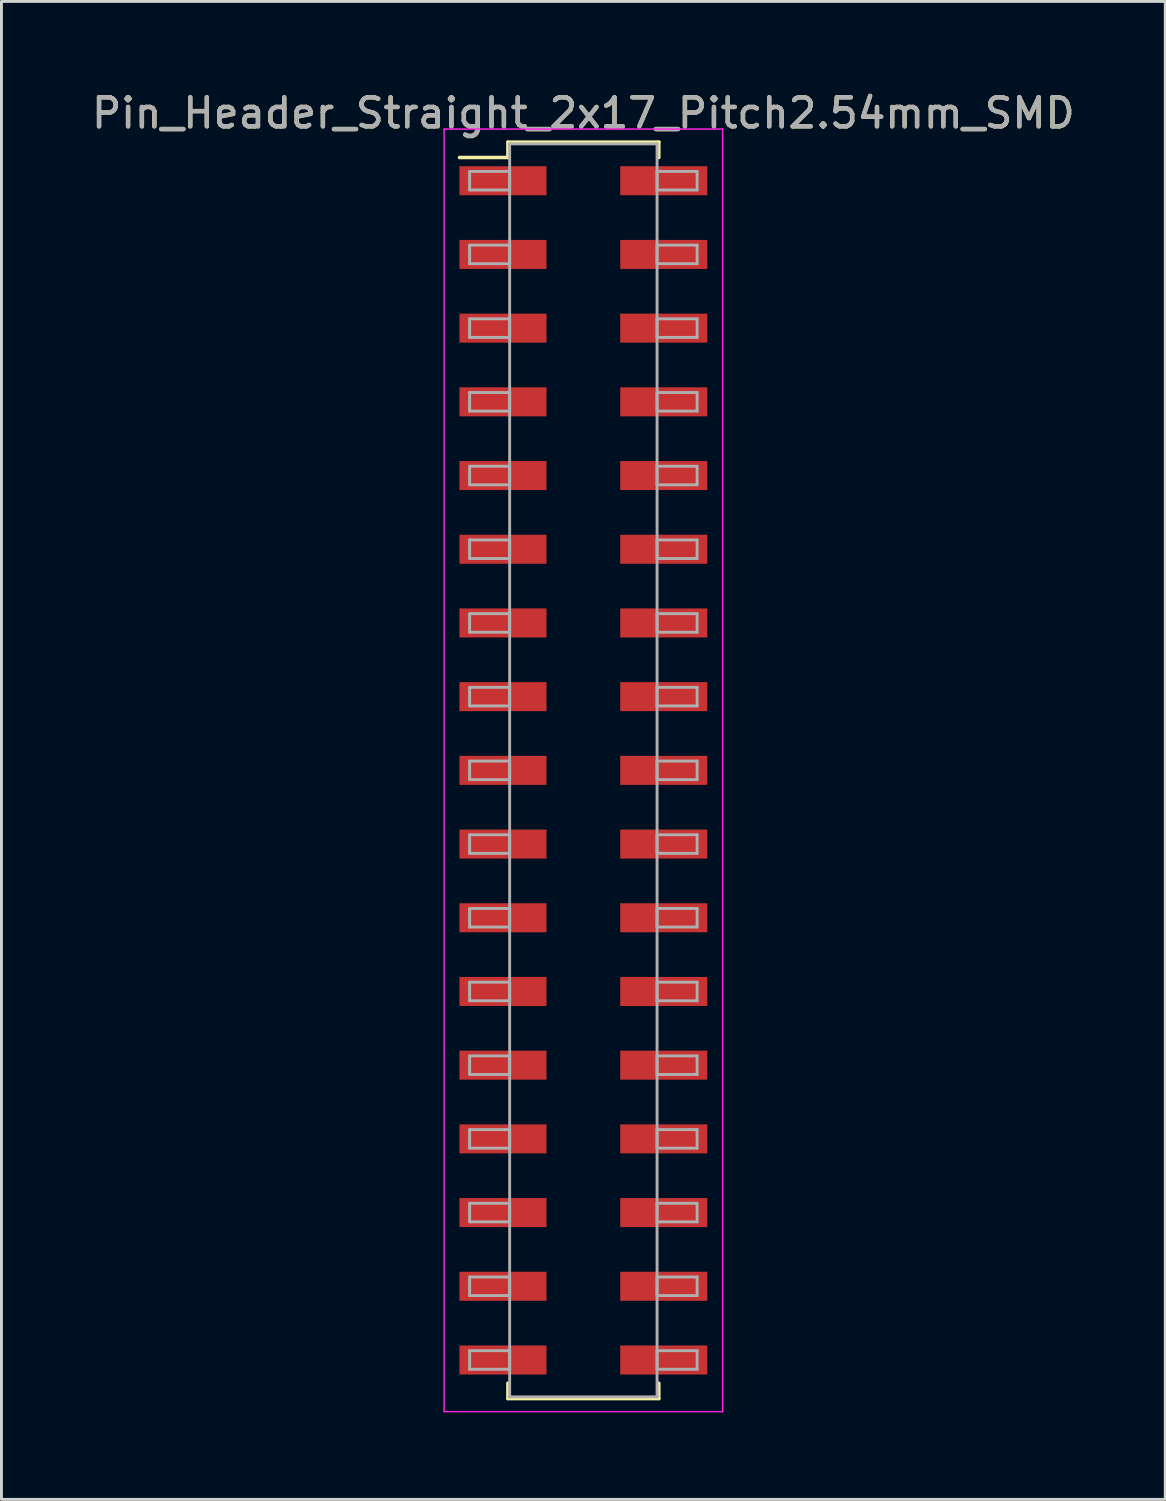
<source format=kicad_pcb>
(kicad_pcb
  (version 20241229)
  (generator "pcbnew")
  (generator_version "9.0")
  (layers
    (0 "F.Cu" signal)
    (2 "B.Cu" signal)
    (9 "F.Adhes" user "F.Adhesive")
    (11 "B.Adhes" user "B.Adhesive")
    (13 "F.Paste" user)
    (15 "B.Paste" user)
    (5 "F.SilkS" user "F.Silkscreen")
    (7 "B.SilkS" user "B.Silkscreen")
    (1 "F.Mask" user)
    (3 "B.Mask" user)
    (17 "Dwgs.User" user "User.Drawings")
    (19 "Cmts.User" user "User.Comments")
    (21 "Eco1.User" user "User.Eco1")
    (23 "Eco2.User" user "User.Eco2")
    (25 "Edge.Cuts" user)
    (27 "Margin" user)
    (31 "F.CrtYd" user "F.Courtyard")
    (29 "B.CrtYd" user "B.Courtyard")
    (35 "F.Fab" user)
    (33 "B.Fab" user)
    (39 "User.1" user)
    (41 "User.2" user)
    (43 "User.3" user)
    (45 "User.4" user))
  (footprint "Pin_Header_Straight_2x17_Pitch2.54mm_SMD"
    (layer "F.Cu")
    (at 17.054 23.498)
    (property "Reference" "Pin_Header_Straight_2x17_Pitch2.54mm_SMD" (at 0 -22.65 0) (layer "F.SilkS") (effects (font (size 1 1) (thickness 0.15))))
    (attr smd)
    (fp_line (start -4.27 -21.12) (end -2.6 -21.12) (stroke (width 0.12) (type solid)) (layer "F.SilkS"))
    (fp_line (start -2.6 -21.65) (end 2.6 -21.65) (stroke (width 0.12) (type solid)) (layer "F.SilkS"))
    (fp_line (start -2.6 -21.12) (end -2.6 -21.65) (stroke (width 0.12) (type solid)) (layer "F.SilkS"))
    (fp_line (start -2.6 21.12) (end -2.6 21.65) (stroke (width 0.12) (type solid)) (layer "F.SilkS"))
    (fp_line (start -2.6 21.65) (end 2.6 21.65) (stroke (width 0.12) (type solid)) (layer "F.SilkS"))
    (fp_line (start 2.6 -21.65) (end 2.6 -21.12) (stroke (width 0.12) (type solid)) (layer "F.SilkS"))
    (fp_line (start 2.6 21.65) (end 2.6 21.12) (stroke (width 0.12) (type solid)) (layer "F.SilkS"))
    (fp_line (start -4.8 -22.1) (end -4.8 22.1) (stroke (width 0.05) (type solid)) (layer "F.CrtYd"))
    (fp_line (start -4.8 22.1) (end 4.8 22.1) (stroke (width 0.05) (type solid)) (layer "F.CrtYd"))
    (fp_line (start 4.8 -22.1) (end -4.8 -22.1) (stroke (width 0.05) (type solid)) (layer "F.CrtYd"))
    (fp_line (start 4.8 22.1) (end 4.8 -22.1) (stroke (width 0.05) (type solid)) (layer "F.CrtYd"))
    (fp_line (start -3.92 -20.64) (end -2.54 -20.64) (stroke (width 0.1) (type solid)) (layer "F.Fab"))
    (fp_line (start -3.92 -20) (end -3.92 -20.64) (stroke (width 0.1) (type solid)) (layer "F.Fab"))
    (fp_line (start -3.92 -18.1) (end -2.54 -18.1) (stroke (width 0.1) (type solid)) (layer "F.Fab"))
    (fp_line (start -3.92 -17.46) (end -3.92 -18.1) (stroke (width 0.1) (type solid)) (layer "F.Fab"))
    (fp_line (start -3.92 -15.56) (end -2.54 -15.56) (stroke (width 0.1) (type solid)) (layer "F.Fab"))
    (fp_line (start -3.92 -14.92) (end -3.92 -15.56) (stroke (width 0.1) (type solid)) (layer "F.Fab"))
    (fp_line (start -3.92 -13.02) (end -2.54 -13.02) (stroke (width 0.1) (type solid)) (layer "F.Fab"))
    (fp_line (start -3.92 -12.38) (end -3.92 -13.02) (stroke (width 0.1) (type solid)) (layer "F.Fab"))
    (fp_line (start -3.92 -10.48) (end -2.54 -10.48) (stroke (width 0.1) (type solid)) (layer "F.Fab"))
    (fp_line (start -3.92 -9.84) (end -3.92 -10.48) (stroke (width 0.1) (type solid)) (layer "F.Fab"))
    (fp_line (start -3.92 -7.94) (end -2.54 -7.94) (stroke (width 0.1) (type solid)) (layer "F.Fab"))
    (fp_line (start -3.92 -7.3) (end -3.92 -7.94) (stroke (width 0.1) (type solid)) (layer "F.Fab"))
    (fp_line (start -3.92 -5.4) (end -2.54 -5.4) (stroke (width 0.1) (type solid)) (layer "F.Fab"))
    (fp_line (start -3.92 -4.76) (end -3.92 -5.4) (stroke (width 0.1) (type solid)) (layer "F.Fab"))
    (fp_line (start -3.92 -2.86) (end -2.54 -2.86) (stroke (width 0.1) (type solid)) (layer "F.Fab"))
    (fp_line (start -3.92 -2.22) (end -3.92 -2.86) (stroke (width 0.1) (type solid)) (layer "F.Fab"))
    (fp_line (start -3.92 -0.32) (end -2.54 -0.32) (stroke (width 0.1) (type solid)) (layer "F.Fab"))
    (fp_line (start -3.92 0.32) (end -3.92 -0.32) (stroke (width 0.1) (type solid)) (layer "F.Fab"))
    (fp_line (start -3.92 2.22) (end -2.54 2.22) (stroke (width 0.1) (type solid)) (layer "F.Fab"))
    (fp_line (start -3.92 2.86) (end -3.92 2.22) (stroke (width 0.1) (type solid)) (layer "F.Fab"))
    (fp_line (start -3.92 4.76) (end -2.54 4.76) (stroke (width 0.1) (type solid)) (layer "F.Fab"))
    (fp_line (start -3.92 5.4) (end -3.92 4.76) (stroke (width 0.1) (type solid)) (layer "F.Fab"))
    (fp_line (start -3.92 7.3) (end -2.54 7.3) (stroke (width 0.1) (type solid)) (layer "F.Fab"))
    (fp_line (start -3.92 7.94) (end -3.92 7.3) (stroke (width 0.1) (type solid)) (layer "F.Fab"))
    (fp_line (start -3.92 9.84) (end -2.54 9.84) (stroke (width 0.1) (type solid)) (layer "F.Fab"))
    (fp_line (start -3.92 10.48) (end -3.92 9.84) (stroke (width 0.1) (type solid)) (layer "F.Fab"))
    (fp_line (start -3.92 12.38) (end -2.54 12.38) (stroke (width 0.1) (type solid)) (layer "F.Fab"))
    (fp_line (start -3.92 13.02) (end -3.92 12.38) (stroke (width 0.1) (type solid)) (layer "F.Fab"))
    (fp_line (start -3.92 14.92) (end -2.54 14.92) (stroke (width 0.1) (type solid)) (layer "F.Fab"))
    (fp_line (start -3.92 15.56) (end -3.92 14.92) (stroke (width 0.1) (type solid)) (layer "F.Fab"))
    (fp_line (start -3.92 17.46) (end -2.54 17.46) (stroke (width 0.1) (type solid)) (layer "F.Fab"))
    (fp_line (start -3.92 18.1) (end -3.92 17.46) (stroke (width 0.1) (type solid)) (layer "F.Fab"))
    (fp_line (start -3.92 20) (end -2.54 20) (stroke (width 0.1) (type solid)) (layer "F.Fab"))
    (fp_line (start -3.92 20.64) (end -3.92 20) (stroke (width 0.1) (type solid)) (layer "F.Fab"))
    (fp_line (start -2.54 -21.59) (end -2.54 21.59) (stroke (width 0.1) (type solid)) (layer "F.Fab"))
    (fp_line (start -2.54 -20.64) (end -2.54 -20) (stroke (width 0.1) (type solid)) (layer "F.Fab"))
    (fp_line (start -2.54 -20) (end -3.92 -20) (stroke (width 0.1) (type solid)) (layer "F.Fab"))
    (fp_line (start -2.54 -18.1) (end -2.54 -17.46) (stroke (width 0.1) (type solid)) (layer "F.Fab"))
    (fp_line (start -2.54 -17.46) (end -3.92 -17.46) (stroke (width 0.1) (type solid)) (layer "F.Fab"))
    (fp_line (start -2.54 -15.56) (end -2.54 -14.92) (stroke (width 0.1) (type solid)) (layer "F.Fab"))
    (fp_line (start -2.54 -14.92) (end -3.92 -14.92) (stroke (width 0.1) (type solid)) (layer "F.Fab"))
    (fp_line (start -2.54 -13.02) (end -2.54 -12.38) (stroke (width 0.1) (type solid)) (layer "F.Fab"))
    (fp_line (start -2.54 -12.38) (end -3.92 -12.38) (stroke (width 0.1) (type solid)) (layer "F.Fab"))
    (fp_line (start -2.54 -10.48) (end -2.54 -9.84) (stroke (width 0.1) (type solid)) (layer "F.Fab"))
    (fp_line (start -2.54 -9.84) (end -3.92 -9.84) (stroke (width 0.1) (type solid)) (layer "F.Fab"))
    (fp_line (start -2.54 -7.94) (end -2.54 -7.3) (stroke (width 0.1) (type solid)) (layer "F.Fab"))
    (fp_line (start -2.54 -7.3) (end -3.92 -7.3) (stroke (width 0.1) (type solid)) (layer "F.Fab"))
    (fp_line (start -2.54 -5.4) (end -2.54 -4.76) (stroke (width 0.1) (type solid)) (layer "F.Fab"))
    (fp_line (start -2.54 -4.76) (end -3.92 -4.76) (stroke (width 0.1) (type solid)) (layer "F.Fab"))
    (fp_line (start -2.54 -2.86) (end -2.54 -2.22) (stroke (width 0.1) (type solid)) (layer "F.Fab"))
    (fp_line (start -2.54 -2.22) (end -3.92 -2.22) (stroke (width 0.1) (type solid)) (layer "F.Fab"))
    (fp_line (start -2.54 -0.32) (end -2.54 0.32) (stroke (width 0.1) (type solid)) (layer "F.Fab"))
    (fp_line (start -2.54 0.32) (end -3.92 0.32) (stroke (width 0.1) (type solid)) (layer "F.Fab"))
    (fp_line (start -2.54 2.22) (end -2.54 2.86) (stroke (width 0.1) (type solid)) (layer "F.Fab"))
    (fp_line (start -2.54 2.86) (end -3.92 2.86) (stroke (width 0.1) (type solid)) (layer "F.Fab"))
    (fp_line (start -2.54 4.76) (end -2.54 5.4) (stroke (width 0.1) (type solid)) (layer "F.Fab"))
    (fp_line (start -2.54 5.4) (end -3.92 5.4) (stroke (width 0.1) (type solid)) (layer "F.Fab"))
    (fp_line (start -2.54 7.3) (end -2.54 7.94) (stroke (width 0.1) (type solid)) (layer "F.Fab"))
    (fp_line (start -2.54 7.94) (end -3.92 7.94) (stroke (width 0.1) (type solid)) (layer "F.Fab"))
    (fp_line (start -2.54 9.84) (end -2.54 10.48) (stroke (width 0.1) (type solid)) (layer "F.Fab"))
    (fp_line (start -2.54 10.48) (end -3.92 10.48) (stroke (width 0.1) (type solid)) (layer "F.Fab"))
    (fp_line (start -2.54 12.38) (end -2.54 13.02) (stroke (width 0.1) (type solid)) (layer "F.Fab"))
    (fp_line (start -2.54 13.02) (end -3.92 13.02) (stroke (width 0.1) (type solid)) (layer "F.Fab"))
    (fp_line (start -2.54 14.92) (end -2.54 15.56) (stroke (width 0.1) (type solid)) (layer "F.Fab"))
    (fp_line (start -2.54 15.56) (end -3.92 15.56) (stroke (width 0.1) (type solid)) (layer "F.Fab"))
    (fp_line (start -2.54 17.46) (end -2.54 18.1) (stroke (width 0.1) (type solid)) (layer "F.Fab"))
    (fp_line (start -2.54 18.1) (end -3.92 18.1) (stroke (width 0.1) (type solid)) (layer "F.Fab"))
    (fp_line (start -2.54 20) (end -2.54 20.64) (stroke (width 0.1) (type solid)) (layer "F.Fab"))
    (fp_line (start -2.54 20.64) (end -3.92 20.64) (stroke (width 0.1) (type solid)) (layer "F.Fab"))
    (fp_line (start -2.54 21.59) (end 2.54 21.59) (stroke (width 0.1) (type solid)) (layer "F.Fab"))
    (fp_line (start 2.54 -21.59) (end -2.54 -21.59) (stroke (width 0.1) (type solid)) (layer "F.Fab"))
    (fp_line (start 2.54 -20.64) (end 2.54 -20) (stroke (width 0.1) (type solid)) (layer "F.Fab"))
    (fp_line (start 2.54 -20) (end 3.92 -20) (stroke (width 0.1) (type solid)) (layer "F.Fab"))
    (fp_line (start 2.54 -18.1) (end 2.54 -17.46) (stroke (width 0.1) (type solid)) (layer "F.Fab"))
    (fp_line (start 2.54 -17.46) (end 3.92 -17.46) (stroke (width 0.1) (type solid)) (layer "F.Fab"))
    (fp_line (start 2.54 -15.56) (end 2.54 -14.92) (stroke (width 0.1) (type solid)) (layer "F.Fab"))
    (fp_line (start 2.54 -14.92) (end 3.92 -14.92) (stroke (width 0.1) (type solid)) (layer "F.Fab"))
    (fp_line (start 2.54 -13.02) (end 2.54 -12.38) (stroke (width 0.1) (type solid)) (layer "F.Fab"))
    (fp_line (start 2.54 -12.38) (end 3.92 -12.38) (stroke (width 0.1) (type solid)) (layer "F.Fab"))
    (fp_line (start 2.54 -10.48) (end 2.54 -9.84) (stroke (width 0.1) (type solid)) (layer "F.Fab"))
    (fp_line (start 2.54 -9.84) (end 3.92 -9.84) (stroke (width 0.1) (type solid)) (layer "F.Fab"))
    (fp_line (start 2.54 -7.94) (end 2.54 -7.3) (stroke (width 0.1) (type solid)) (layer "F.Fab"))
    (fp_line (start 2.54 -7.3) (end 3.92 -7.3) (stroke (width 0.1) (type solid)) (layer "F.Fab"))
    (fp_line (start 2.54 -5.4) (end 2.54 -4.76) (stroke (width 0.1) (type solid)) (layer "F.Fab"))
    (fp_line (start 2.54 -4.76) (end 3.92 -4.76) (stroke (width 0.1) (type solid)) (layer "F.Fab"))
    (fp_line (start 2.54 -2.86) (end 2.54 -2.22) (stroke (width 0.1) (type solid)) (layer "F.Fab"))
    (fp_line (start 2.54 -2.22) (end 3.92 -2.22) (stroke (width 0.1) (type solid)) (layer "F.Fab"))
    (fp_line (start 2.54 -0.32) (end 2.54 0.32) (stroke (width 0.1) (type solid)) (layer "F.Fab"))
    (fp_line (start 2.54 0.32) (end 3.92 0.32) (stroke (width 0.1) (type solid)) (layer "F.Fab"))
    (fp_line (start 2.54 2.22) (end 2.54 2.86) (stroke (width 0.1) (type solid)) (layer "F.Fab"))
    (fp_line (start 2.54 2.86) (end 3.92 2.86) (stroke (width 0.1) (type solid)) (layer "F.Fab"))
    (fp_line (start 2.54 4.76) (end 2.54 5.4) (stroke (width 0.1) (type solid)) (layer "F.Fab"))
    (fp_line (start 2.54 5.4) (end 3.92 5.4) (stroke (width 0.1) (type solid)) (layer "F.Fab"))
    (fp_line (start 2.54 7.3) (end 2.54 7.94) (stroke (width 0.1) (type solid)) (layer "F.Fab"))
    (fp_line (start 2.54 7.94) (end 3.92 7.94) (stroke (width 0.1) (type solid)) (layer "F.Fab"))
    (fp_line (start 2.54 9.84) (end 2.54 10.48) (stroke (width 0.1) (type solid)) (layer "F.Fab"))
    (fp_line (start 2.54 10.48) (end 3.92 10.48) (stroke (width 0.1) (type solid)) (layer "F.Fab"))
    (fp_line (start 2.54 12.38) (end 2.54 13.02) (stroke (width 0.1) (type solid)) (layer "F.Fab"))
    (fp_line (start 2.54 13.02) (end 3.92 13.02) (stroke (width 0.1) (type solid)) (layer "F.Fab"))
    (fp_line (start 2.54 14.92) (end 2.54 15.56) (stroke (width 0.1) (type solid)) (layer "F.Fab"))
    (fp_line (start 2.54 15.56) (end 3.92 15.56) (stroke (width 0.1) (type solid)) (layer "F.Fab"))
    (fp_line (start 2.54 17.46) (end 2.54 18.1) (stroke (width 0.1) (type solid)) (layer "F.Fab"))
    (fp_line (start 2.54 18.1) (end 3.92 18.1) (stroke (width 0.1) (type solid)) (layer "F.Fab"))
    (fp_line (start 2.54 20) (end 2.54 20.64) (stroke (width 0.1) (type solid)) (layer "F.Fab"))
    (fp_line (start 2.54 20.64) (end 3.92 20.64) (stroke (width 0.1) (type solid)) (layer "F.Fab"))
    (fp_line (start 2.54 21.59) (end 2.54 -21.59) (stroke (width 0.1) (type solid)) (layer "F.Fab"))
    (fp_line (start 3.92 -20.64) (end 2.54 -20.64) (stroke (width 0.1) (type solid)) (layer "F.Fab"))
    (fp_line (start 3.92 -20) (end 3.92 -20.64) (stroke (width 0.1) (type solid)) (layer "F.Fab"))
    (fp_line (start 3.92 -18.1) (end 2.54 -18.1) (stroke (width 0.1) (type solid)) (layer "F.Fab"))
    (fp_line (start 3.92 -17.46) (end 3.92 -18.1) (stroke (width 0.1) (type solid)) (layer "F.Fab"))
    (fp_line (start 3.92 -15.56) (end 2.54 -15.56) (stroke (width 0.1) (type solid)) (layer "F.Fab"))
    (fp_line (start 3.92 -14.92) (end 3.92 -15.56) (stroke (width 0.1) (type solid)) (layer "F.Fab"))
    (fp_line (start 3.92 -13.02) (end 2.54 -13.02) (stroke (width 0.1) (type solid)) (layer "F.Fab"))
    (fp_line (start 3.92 -12.38) (end 3.92 -13.02) (stroke (width 0.1) (type solid)) (layer "F.Fab"))
    (fp_line (start 3.92 -10.48) (end 2.54 -10.48) (stroke (width 0.1) (type solid)) (layer "F.Fab"))
    (fp_line (start 3.92 -9.84) (end 3.92 -10.48) (stroke (width 0.1) (type solid)) (layer "F.Fab"))
    (fp_line (start 3.92 -7.94) (end 2.54 -7.94) (stroke (width 0.1) (type solid)) (layer "F.Fab"))
    (fp_line (start 3.92 -7.3) (end 3.92 -7.94) (stroke (width 0.1) (type solid)) (layer "F.Fab"))
    (fp_line (start 3.92 -5.4) (end 2.54 -5.4) (stroke (width 0.1) (type solid)) (layer "F.Fab"))
    (fp_line (start 3.92 -4.76) (end 3.92 -5.4) (stroke (width 0.1) (type solid)) (layer "F.Fab"))
    (fp_line (start 3.92 -2.86) (end 2.54 -2.86) (stroke (width 0.1) (type solid)) (layer "F.Fab"))
    (fp_line (start 3.92 -2.22) (end 3.92 -2.86) (stroke (width 0.1) (type solid)) (layer "F.Fab"))
    (fp_line (start 3.92 -0.32) (end 2.54 -0.32) (stroke (width 0.1) (type solid)) (layer "F.Fab"))
    (fp_line (start 3.92 0.32) (end 3.92 -0.32) (stroke (width 0.1) (type solid)) (layer "F.Fab"))
    (fp_line (start 3.92 2.22) (end 2.54 2.22) (stroke (width 0.1) (type solid)) (layer "F.Fab"))
    (fp_line (start 3.92 2.86) (end 3.92 2.22) (stroke (width 0.1) (type solid)) (layer "F.Fab"))
    (fp_line (start 3.92 4.76) (end 2.54 4.76) (stroke (width 0.1) (type solid)) (layer "F.Fab"))
    (fp_line (start 3.92 5.4) (end 3.92 4.76) (stroke (width 0.1) (type solid)) (layer "F.Fab"))
    (fp_line (start 3.92 7.3) (end 2.54 7.3) (stroke (width 0.1) (type solid)) (layer "F.Fab"))
    (fp_line (start 3.92 7.94) (end 3.92 7.3) (stroke (width 0.1) (type solid)) (layer "F.Fab"))
    (fp_line (start 3.92 9.84) (end 2.54 9.84) (stroke (width 0.1) (type solid)) (layer "F.Fab"))
    (fp_line (start 3.92 10.48) (end 3.92 9.84) (stroke (width 0.1) (type solid)) (layer "F.Fab"))
    (fp_line (start 3.92 12.38) (end 2.54 12.38) (stroke (width 0.1) (type solid)) (layer "F.Fab"))
    (fp_line (start 3.92 13.02) (end 3.92 12.38) (stroke (width 0.1) (type solid)) (layer "F.Fab"))
    (fp_line (start 3.92 14.92) (end 2.54 14.92) (stroke (width 0.1) (type solid)) (layer "F.Fab"))
    (fp_line (start 3.92 15.56) (end 3.92 14.92) (stroke (width 0.1) (type solid)) (layer "F.Fab"))
    (fp_line (start 3.92 17.46) (end 2.54 17.46) (stroke (width 0.1) (type solid)) (layer "F.Fab"))
    (fp_line (start 3.92 18.1) (end 3.92 17.46) (stroke (width 0.1) (type solid)) (layer "F.Fab"))
    (fp_line (start 3.92 20) (end 2.54 20) (stroke (width 0.1) (type solid)) (layer "F.Fab"))
    (fp_line (start 3.92 20.64) (end 3.92 20) (stroke (width 0.1) (type solid)) (layer "F.Fab"))
    (fp_text user "${REFERENCE}" (at 0 -22.65 0) (layer "F.Fab") (effects (font (size 1 1) (thickness 0.15))))
    (pad "1" smd rect (at -2.77 -20.32) (size 3 1) (layers "F.Cu" "F.Mask" "F.Paste"))
    (pad "2" smd rect (at 2.77 -20.32) (size 3 1) (layers "F.Cu" "F.Mask" "F.Paste"))
    (pad "3" smd rect (at -2.77 -17.78) (size 3 1) (layers "F.Cu" "F.Mask" "F.Paste"))
    (pad "4" smd rect (at 2.77 -17.78) (size 3 1) (layers "F.Cu" "F.Mask" "F.Paste"))
    (pad "5" smd rect (at -2.77 -15.24) (size 3 1) (layers "F.Cu" "F.Mask" "F.Paste"))
    (pad "6" smd rect (at 2.77 -15.24) (size 3 1) (layers "F.Cu" "F.Mask" "F.Paste"))
    (pad "7" smd rect (at -2.77 -12.7) (size 3 1) (layers "F.Cu" "F.Mask" "F.Paste"))
    (pad "8" smd rect (at 2.77 -12.7) (size 3 1) (layers "F.Cu" "F.Mask" "F.Paste"))
    (pad "9" smd rect (at -2.77 -10.16) (size 3 1) (layers "F.Cu" "F.Mask" "F.Paste"))
    (pad "10" smd rect (at 2.77 -10.16) (size 3 1) (layers "F.Cu" "F.Mask" "F.Paste"))
    (pad "11" smd rect (at -2.77 -7.62) (size 3 1) (layers "F.Cu" "F.Mask" "F.Paste"))
    (pad "12" smd rect (at 2.77 -7.62) (size 3 1) (layers "F.Cu" "F.Mask" "F.Paste"))
    (pad "13" smd rect (at -2.77 -5.08) (size 3 1) (layers "F.Cu" "F.Mask" "F.Paste"))
    (pad "14" smd rect (at 2.77 -5.08) (size 3 1) (layers "F.Cu" "F.Mask" "F.Paste"))
    (pad "15" smd rect (at -2.77 -2.54) (size 3 1) (layers "F.Cu" "F.Mask" "F.Paste"))
    (pad "16" smd rect (at 2.77 -2.54) (size 3 1) (layers "F.Cu" "F.Mask" "F.Paste"))
    (pad "17" smd rect (at -2.77 0) (size 3 1) (layers "F.Cu" "F.Mask" "F.Paste"))
    (pad "18" smd rect (at 2.77 0) (size 3 1) (layers "F.Cu" "F.Mask" "F.Paste"))
    (pad "19" smd rect (at -2.77 2.54) (size 3 1) (layers "F.Cu" "F.Mask" "F.Paste"))
    (pad "20" smd rect (at 2.77 2.54) (size 3 1) (layers "F.Cu" "F.Mask" "F.Paste"))
    (pad "21" smd rect (at -2.77 5.08) (size 3 1) (layers "F.Cu" "F.Mask" "F.Paste"))
    (pad "22" smd rect (at 2.77 5.08) (size 3 1) (layers "F.Cu" "F.Mask" "F.Paste"))
    (pad "23" smd rect (at -2.77 7.62) (size 3 1) (layers "F.Cu" "F.Mask" "F.Paste"))
    (pad "24" smd rect (at 2.77 7.62) (size 3 1) (layers "F.Cu" "F.Mask" "F.Paste"))
    (pad "25" smd rect (at -2.77 10.16) (size 3 1) (layers "F.Cu" "F.Mask" "F.Paste"))
    (pad "26" smd rect (at 2.77 10.16) (size 3 1) (layers "F.Cu" "F.Mask" "F.Paste"))
    (pad "27" smd rect (at -2.77 12.7) (size 3 1) (layers "F.Cu" "F.Mask" "F.Paste"))
    (pad "28" smd rect (at 2.77 12.7) (size 3 1) (layers "F.Cu" "F.Mask" "F.Paste"))
    (pad "29" smd rect (at -2.77 15.24) (size 3 1) (layers "F.Cu" "F.Mask" "F.Paste"))
    (pad "30" smd rect (at 2.77 15.24) (size 3 1) (layers "F.Cu" "F.Mask" "F.Paste"))
    (pad "31" smd rect (at -2.77 17.78) (size 3 1) (layers "F.Cu" "F.Mask" "F.Paste"))
    (pad "32" smd rect (at 2.77 17.78) (size 3 1) (layers "F.Cu" "F.Mask" "F.Paste"))
    (pad "33" smd rect (at -2.77 20.32) (size 3 1) (layers "F.Cu" "F.Mask" "F.Paste"))
    (pad "34" smd rect (at 2.77 20.32) (size 3 1) (layers "F.Cu" "F.Mask" "F.Paste")))
  (gr_rect
    (start -3 -3)
    (end 37.107 48.623)
    (stroke (width 0.1) (type default))
    (fill no)
    (layer "Edge.Cuts")))
</source>
